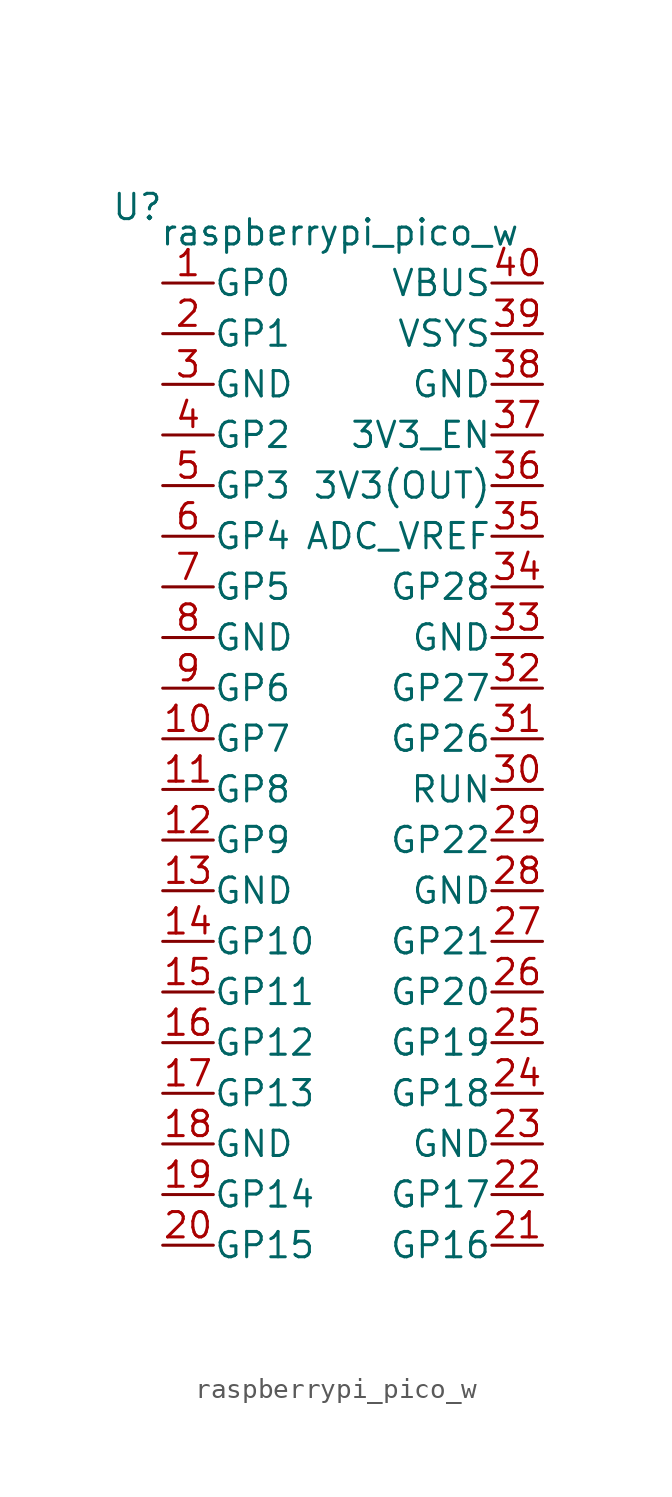
<source format=kicad_sym>
(kicad_symbol_lib
  (version 20211014)
  (generator kicad_symbol_editor)
  (symbol "raspberrypi_pico_w"
    (pin_names
      (offset 0.0001))
    (property "Reference" "U"
      (at 1.27 3.81 0)
      (effects (font (size 1.27 1.27))))
    (property "Value" "raspberrypi_pico_w"
      (at 11.43 2.54 0)
      (effects (font (size 1.27 1.27))))
    (symbol "raspberrypi_pico_w_1_1"
      (pin bidirectional line (at 2.54 0 0) (length 2.54) (name "GP0" (effects (font (size 1.27 1.27)))) (number "1" (effects (font (size 1.27 1.27)))))
      (pin bidirectional line (at 2.54 -22.86 0) (length 2.54) (name "GP7" (effects (font (size 1.27 1.27)))) (number "10" (effects (font (size 1.27 1.27)))))
      (pin bidirectional line (at 2.54 -25.4 0) (length 2.54) (name "GP8" (effects (font (size 1.27 1.27)))) (number "11" (effects (font (size 1.27 1.27)))))
      (pin bidirectional line (at 2.54 -27.94 0) (length 2.54) (name "GP9" (effects (font (size 1.27 1.27)))) (number "12" (effects (font (size 1.27 1.27)))))
      (pin power_in line (at 2.54 -30.48 0) (length 2.54) (name "GND" (effects (font (size 1.27 1.27)))) (number "13" (effects (font (size 1.27 1.27)))))
      (pin bidirectional line (at 2.54 -33.02 0) (length 2.54) (name "GP10" (effects (font (size 1.27 1.27)))) (number "14" (effects (font (size 1.27 1.27)))))
      (pin bidirectional line (at 2.54 -35.56 0) (length 2.54) (name "GP11" (effects (font (size 1.27 1.27)))) (number "15" (effects (font (size 1.27 1.27)))))
      (pin bidirectional line (at 2.54 -38.1 0) (length 2.54) (name "GP12" (effects (font (size 1.27 1.27)))) (number "16" (effects (font (size 1.27 1.27)))))
      (pin bidirectional line (at 2.54 -40.64 0) (length 2.54) (name "GP13" (effects (font (size 1.27 1.27)))) (number "17" (effects (font (size 1.27 1.27)))))
      (pin power_in line (at 2.54 -43.18 0) (length 2.54) (name "GND" (effects (font (size 1.27 1.27)))) (number "18" (effects (font (size 1.27 1.27)))))
      (pin bidirectional line (at 2.54 -45.72 0) (length 2.54) (name "GP14" (effects (font (size 1.27 1.27)))) (number "19" (effects (font (size 1.27 1.27)))))
      (pin bidirectional line (at 2.54 -2.54 0) (length 2.54) (name "GP1" (effects (font (size 1.27 1.27)))) (number "2" (effects (font (size 1.27 1.27)))))
      (pin bidirectional line (at 2.54 -48.26 0) (length 2.54) (name "GP15" (effects (font (size 1.27 1.27)))) (number "20" (effects (font (size 1.27 1.27)))))
      (pin bidirectional line (at 21.59 -48.26 180) (length 2.54) (name "GP16" (effects (font (size 1.27 1.27)))) (number "21" (effects (font (size 1.27 1.27)))))
      (pin bidirectional line (at 21.59 -45.72 180) (length 2.54) (name "GP17" (effects (font (size 1.27 1.27)))) (number "22" (effects (font (size 1.27 1.27)))))
      (pin power_in line (at 21.59 -43.18 180) (length 2.54) (name "GND" (effects (font (size 1.27 1.27)))) (number "23" (effects (font (size 1.27 1.27)))))
      (pin bidirectional line (at 21.59 -40.64 180) (length 2.54) (name "GP18" (effects (font (size 1.27 1.27)))) (number "24" (effects (font (size 1.27 1.27)))))
      (pin bidirectional line (at 21.59 -38.1 180) (length 2.54) (name "GP19" (effects (font (size 1.27 1.27)))) (number "25" (effects (font (size 1.27 1.27)))))
      (pin bidirectional line (at 21.59 -35.56 180) (length 2.54) (name "GP20" (effects (font (size 1.27 1.27)))) (number "26" (effects (font (size 1.27 1.27)))))
      (pin bidirectional line (at 21.59 -33.02 180) (length 2.54) (name "GP21" (effects (font (size 1.27 1.27)))) (number "27" (effects (font (size 1.27 1.27)))))
      (pin power_in line (at 21.59 -30.48 180) (length 2.54) (name "GND" (effects (font (size 1.27 1.27)))) (number "28" (effects (font (size 1.27 1.27)))))
      (pin bidirectional line (at 21.59 -27.94 180) (length 2.54) (name "GP22" (effects (font (size 1.27 1.27)))) (number "29" (effects (font (size 1.27 1.27)))))
      (pin power_in line (at 2.54 -5.08 0) (length 2.54) (name "GND" (effects (font (size 1.27 1.27)))) (number "3" (effects (font (size 1.27 1.27)))))
      (pin input line (at 21.59 -25.4 180) (length 2.54) (name "RUN" (effects (font (size 1.27 1.27)))) (number "30" (effects (font (size 1.27 1.27)))))
      (pin bidirectional line (at 21.59 -22.86 180) (length 2.54) (name "GP26" (effects (font (size 1.27 1.27)))) (number "31" (effects (font (size 1.27 1.27)))))
      (pin bidirectional line (at 21.59 -20.32 180) (length 2.54) (name "GP27" (effects (font (size 1.27 1.27)))) (number "32" (effects (font (size 1.27 1.27)))))
      (pin power_in line (at 21.59 -17.78 180) (length 2.54) (name "GND" (effects (font (size 1.27 1.27)))) (number "33" (effects (font (size 1.27 1.27)))))
      (pin bidirectional line (at 21.59 -15.24 180) (length 2.54) (name "GP28" (effects (font (size 1.27 1.27)))) (number "34" (effects (font (size 1.27 1.27)))))
      (pin input line (at 21.59 -12.7 180) (length 2.54) (name "ADC_VREF" (effects (font (size 1.27 1.27)))) (number "35" (effects (font (size 1.27 1.27)))))
      (pin power_out line (at 21.59 -10.16 180) (length 2.54) (name "3V3(OUT)" (effects (font (size 1.27 1.27)))) (number "36" (effects (font (size 1.27 1.27)))))
      (pin input line (at 21.59 -7.62 180) (length 2.54) (name "3V3_EN" (effects (font (size 1.27 1.27)))) (number "37" (effects (font (size 1.27 1.27)))))
      (pin power_in line (at 21.59 -5.08 180) (length 2.54) (name "GND" (effects (font (size 1.27 1.27)))) (number "38" (effects (font (size 1.27 1.27)))))
      (pin power_in line (at 21.59 -2.54 180) (length 2.54) (name "VSYS" (effects (font (size 1.27 1.27)))) (number "39" (effects (font (size 1.27 1.27)))))
      (pin bidirectional line (at 2.54 -7.62 0) (length 2.54) (name "GP2" (effects (font (size 1.27 1.27)))) (number "4" (effects (font (size 1.27 1.27)))))
      (pin power_in line (at 21.59 0 180) (length 2.54) (name "VBUS" (effects (font (size 1.27 1.27)))) (number "40" (effects (font (size 1.27 1.27)))))
      (pin bidirectional line (at 2.54 -10.16 0) (length 2.54) (name "GP3" (effects (font (size 1.27 1.27)))) (number "5" (effects (font (size 1.27 1.27)))))
      (pin bidirectional line (at 2.54 -12.7 0) (length 2.54) (name "GP4" (effects (font (size 1.27 1.27)))) (number "6" (effects (font (size 1.27 1.27)))))
      (pin bidirectional line (at 2.54 -15.24 0) (length 2.54) (name "GP5" (effects (font (size 1.27 1.27)))) (number "7" (effects (font (size 1.27 1.27)))))
      (pin power_in line (at 2.54 -17.78 0) (length 2.54) (name "GND" (effects (font (size 1.27 1.27)))) (number "8" (effects (font (size 1.27 1.27)))))
      (pin bidirectional line (at 2.54 -20.32 0) (length 2.54) (name "GP6" (effects (font (size 1.27 1.27)))) (number "9" (effects (font (size 1.27 1.27))))))))
</source>
